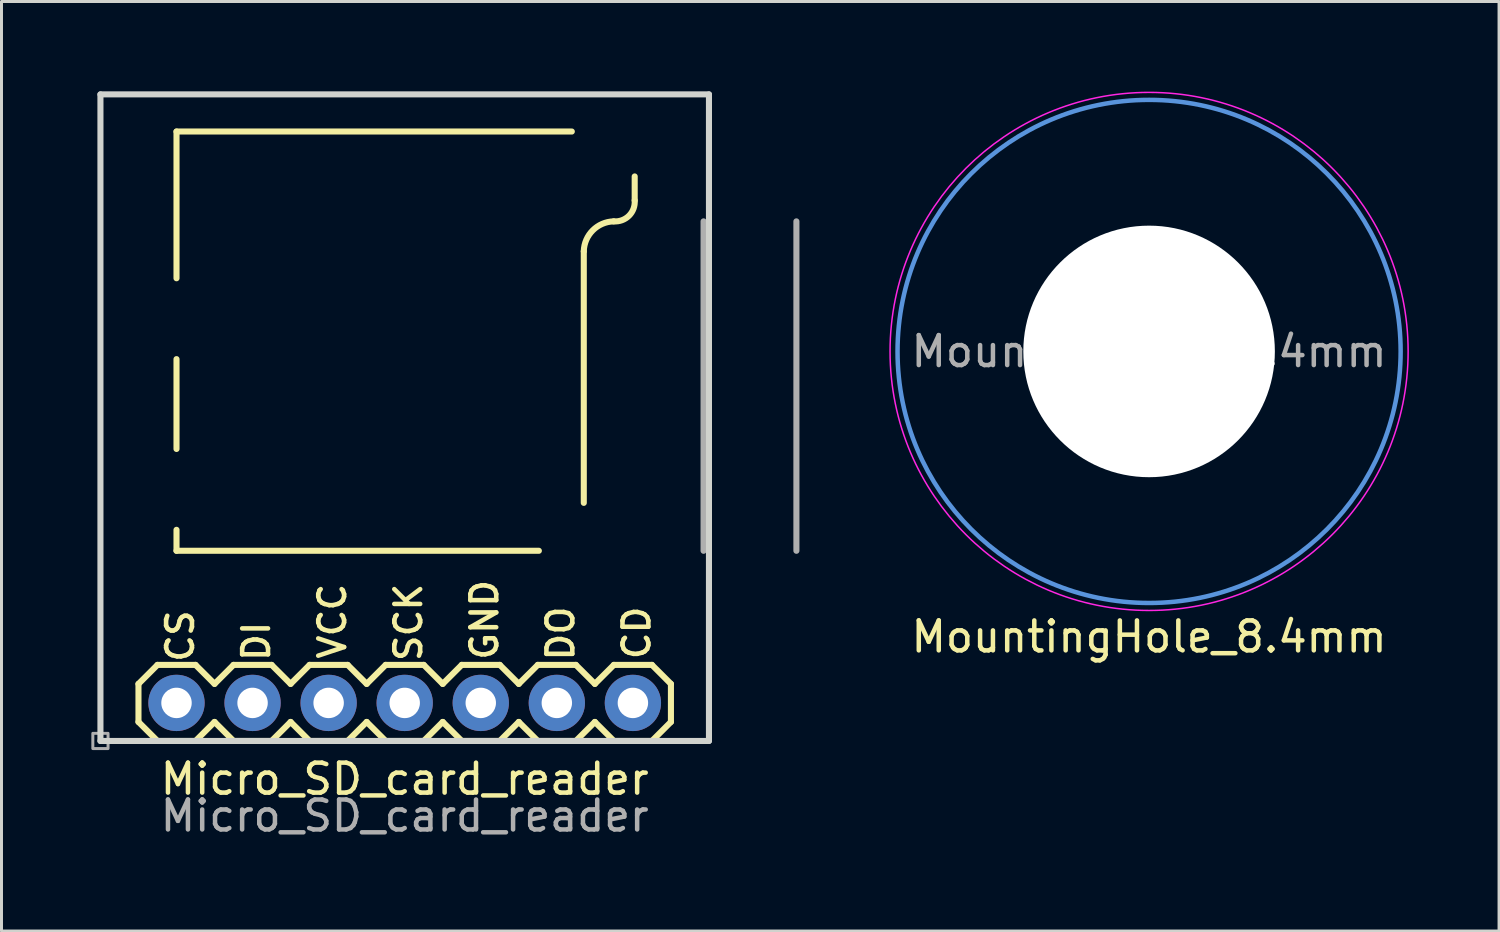
<source format=kicad_pcb>
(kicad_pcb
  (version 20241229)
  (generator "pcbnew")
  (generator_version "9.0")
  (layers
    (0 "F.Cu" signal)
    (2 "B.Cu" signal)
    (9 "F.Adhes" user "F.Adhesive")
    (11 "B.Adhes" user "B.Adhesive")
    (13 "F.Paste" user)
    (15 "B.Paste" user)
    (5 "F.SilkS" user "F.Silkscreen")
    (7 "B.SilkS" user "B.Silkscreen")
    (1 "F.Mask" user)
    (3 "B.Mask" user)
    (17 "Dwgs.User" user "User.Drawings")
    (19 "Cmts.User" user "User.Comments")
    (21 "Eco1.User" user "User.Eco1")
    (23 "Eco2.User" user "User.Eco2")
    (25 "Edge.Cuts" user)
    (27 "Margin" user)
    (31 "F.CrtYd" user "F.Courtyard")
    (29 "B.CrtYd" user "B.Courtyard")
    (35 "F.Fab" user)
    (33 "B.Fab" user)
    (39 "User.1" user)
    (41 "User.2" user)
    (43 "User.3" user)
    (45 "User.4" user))
  (footprint "MountingHole_8.4mm"
    (layer "F.Cu")
    (at 35.321 8.56)
    (property "Reference" "MountingHole_8.4mm" (at 0 9.652 0) (unlocked yes) (layer "F.SilkS") (effects (font (size 1 1) (thickness 0.15))))
    (attr through_hole)
    (fp_circle (center 0 0.125) (end 8.4 0.125) (stroke (width 0.15) (type solid)) (fill no) (layer "Cmts.User"))
    (fp_circle (center 0 0.125) (end 8.65 0.125) (stroke (width 0.05) (type solid)) (fill no) (layer "F.CrtYd"))
    (fp_text user "${REFERENCE}" (at 0 0.125 0) (layer "F.Fab") (effects (font (size 1 1) (thickness 0.15))))
    (pad "" np_thru_hole circle (at 0 0.125) (size 8.4 8.4) (drill 8.4) (layers "*.Cu" "*.Mask"))
    (zone (net_name "") (layers "F.Cu" "B.Cu") (hatch edge 0.508) (connect_pads) (min_thickness 0.254) (filled_areas_thickness no) (keepout (tracks allowed) (vias allowed) (pads allowed) (copperpour not_allowed) (footprints allowed)) (placement (enabled no)) (fill) (polygon (pts (xy 36.057 0.025) (xy 36.692 0.102) (xy 37.657 0.33) (xy 38.343 0.559) (xy 39.054 0.838) (xy 39.943 1.321) (xy 40.502 1.727) (xy 41.163 2.286) (xy 41.823 2.946) (xy 42.483 3.734) (xy 43.195 4.953) (xy 43.499 5.817) (xy 43.779 6.655) (xy 43.931 7.518) (xy 44.007 8.661) (xy 43.957 9.525) (xy 43.779 10.592) (xy 43.499 11.557) (xy 42.89 12.878) (xy 42.255 13.868) (xy 41.594 14.681) (xy 40.832 15.316) (xy 39.994 15.951) (xy 38.699 16.662) (xy 37.581 17.043) (xy 36.387 17.272) (xy 35.346 17.348) (xy 34.533 17.297) (xy 33.416 17.12) (xy 31.612 16.459) (xy 30.571 15.9) (xy 29.631 15.164) (xy 29.021 14.58) (xy 28.082 13.386) (xy 27.624 12.548) (xy 27.167 11.481) (xy 26.964 10.77) (xy 26.812 10.109) (xy 26.71 9.093) (xy 26.685 8.255) (xy 26.812 7.214) (xy 27.193 5.74) (xy 27.574 4.902) (xy 28.031 4.039) (xy 28.666 3.2) (xy 29.606 2.235) (xy 30.393 1.6) (xy 31.485 0.914) (xy 32.171 0.61) (xy 32.908 0.356) (xy 33.619 0.178) (xy 34.432 0.051) (xy 35.346 0) (xy 35.371 0))))
    (zone (net_name "") (layer "B.Cu") (hatch edge 0.508) (connect_pads) (min_thickness 0.254) (filled_areas_thickness no) (keepout (tracks allowed) (vias allowed) (pads allowed) (copperpour not_allowed) (footprints allowed)) (placement (enabled no)) (fill) (polygon (pts (xy 36.057 0.025) (xy 36.692 0.102) (xy 37.657 0.33) (xy 38.343 0.559) (xy 39.054 0.838) (xy 39.943 1.321) (xy 40.502 1.727) (xy 41.163 2.286) (xy 41.823 2.946) (xy 42.483 3.734) (xy 43.195 4.953) (xy 43.499 5.817) (xy 43.779 6.655) (xy 43.931 7.518) (xy 44.007 8.661) (xy 43.957 9.525) (xy 43.779 10.592) (xy 43.499 11.557) (xy 42.89 12.878) (xy 42.255 13.868) (xy 41.594 14.681) (xy 40.832 15.316) (xy 39.994 15.951) (xy 38.699 16.662) (xy 37.581 17.043) (xy 36.387 17.272) (xy 35.346 17.348) (xy 34.533 17.297) (xy 33.416 17.12) (xy 31.612 16.459) (xy 30.571 15.9) (xy 29.631 15.164) (xy 29.021 14.58) (xy 28.082 13.386) (xy 27.624 12.548) (xy 27.167 11.481) (xy 26.964 10.77) (xy 26.812 10.109) (xy 26.71 9.093) (xy 26.685 8.255) (xy 26.812 7.214) (xy 27.193 5.74) (xy 27.574 4.902) (xy 28.031 4.039) (xy 28.666 3.2) (xy 29.606 2.235) (xy 30.393 1.6) (xy 31.485 0.914) (xy 32.171 0.61) (xy 32.908 0.356) (xy 33.619 0.178) (xy 34.432 0.051) (xy 35.346 0) (xy 35.371 0)))))
  (footprint "Micro_SD_card_reader"
    (layer "F.Cu")
    (at 10.464 21.692)
    (property "Reference" "Micro_SD_card_reader" (at 0 1.27 0) (unlocked yes) (layer "F.SilkS") (effects (font (size 1 1) (thickness 0.15))))
    (attr through_hole)
    (fp_line (start -8.89 -1.905) (end -8.89 -0.635) (stroke (width 0.203) (type solid)) (layer "F.SilkS"))
    (fp_line (start -8.89 -0.635) (end -8.255 0) (stroke (width 0.203) (type solid)) (layer "F.SilkS"))
    (fp_line (start -8.255 -2.54) (end -8.89 -1.905) (stroke (width 0.203) (type solid)) (layer "F.SilkS"))
    (fp_line (start -8.255 -2.54) (end -6.985 -2.54) (stroke (width 0.203) (type solid)) (layer "F.SilkS"))
    (fp_line (start -7.62 -20.35) (end -7.62 -15.45) (stroke (width 0.203) (type solid)) (layer "F.SilkS"))
    (fp_line (start -7.62 -20.35) (end 5.58 -20.35) (stroke (width 0.203) (type solid)) (layer "F.SilkS"))
    (fp_line (start -7.62 -9.75) (end -7.62 -12.75) (stroke (width 0.203) (type solid)) (layer "F.SilkS"))
    (fp_line (start -7.62 -6.35) (end -7.62 -7.05) (stroke (width 0.203) (type solid)) (layer "F.SilkS"))
    (fp_line (start -6.985 -2.54) (end -6.35 -1.905) (stroke (width 0.203) (type solid)) (layer "F.SilkS"))
    (fp_line (start -6.985 0) (end -8.255 0) (stroke (width 0.203) (type solid)) (layer "F.SilkS"))
    (fp_line (start -6.35 -1.905) (end -5.715 -2.54) (stroke (width 0.203) (type solid)) (layer "F.SilkS"))
    (fp_line (start -6.35 -0.635) (end -6.985 0) (stroke (width 0.203) (type solid)) (layer "F.SilkS"))
    (fp_line (start -5.715 -2.54) (end -4.445 -2.54) (stroke (width 0.203) (type solid)) (layer "F.SilkS"))
    (fp_line (start -5.715 0) (end -6.35 -0.635) (stroke (width 0.203) (type solid)) (layer "F.SilkS"))
    (fp_line (start -4.445 -2.54) (end -3.81 -1.905) (stroke (width 0.203) (type solid)) (layer "F.SilkS"))
    (fp_line (start -4.445 0) (end -5.715 0) (stroke (width 0.203) (type solid)) (layer "F.SilkS"))
    (fp_line (start -3.81 -1.905) (end -3.175 -2.54) (stroke (width 0.203) (type solid)) (layer "F.SilkS"))
    (fp_line (start -3.81 -0.635) (end -4.445 0) (stroke (width 0.203) (type solid)) (layer "F.SilkS"))
    (fp_line (start -3.175 -2.54) (end -1.905 -2.54) (stroke (width 0.203) (type solid)) (layer "F.SilkS"))
    (fp_line (start -3.175 0) (end -3.81 -0.635) (stroke (width 0.203) (type solid)) (layer "F.SilkS"))
    (fp_line (start -1.905 -2.54) (end -1.27 -1.905) (stroke (width 0.203) (type solid)) (layer "F.SilkS"))
    (fp_line (start -1.905 0) (end -3.175 0) (stroke (width 0.203) (type solid)) (layer "F.SilkS"))
    (fp_line (start -1.27 -0.635) (end -1.905 0) (stroke (width 0.203) (type solid)) (layer "F.SilkS"))
    (fp_line (start -1.27 -0.635) (end -0.635 0) (stroke (width 0.203) (type solid)) (layer "F.SilkS"))
    (fp_line (start -0.635 -2.54) (end -1.27 -1.905) (stroke (width 0.203) (type solid)) (layer "F.SilkS"))
    (fp_line (start -0.635 -2.54) (end 0.635 -2.54) (stroke (width 0.203) (type solid)) (layer "F.SilkS"))
    (fp_line (start 0.635 -2.54) (end 1.27 -1.905) (stroke (width 0.203) (type solid)) (layer "F.SilkS"))
    (fp_line (start 0.635 0) (end -0.635 0) (stroke (width 0.203) (type solid)) (layer "F.SilkS"))
    (fp_line (start 1.27 -1.905) (end 1.905 -2.54) (stroke (width 0.203) (type solid)) (layer "F.SilkS"))
    (fp_line (start 1.27 -0.635) (end 0.635 0) (stroke (width 0.203) (type solid)) (layer "F.SilkS"))
    (fp_line (start 1.905 -2.54) (end 3.175 -2.54) (stroke (width 0.203) (type solid)) (layer "F.SilkS"))
    (fp_line (start 1.905 0) (end 1.27 -0.635) (stroke (width 0.203) (type solid)) (layer "F.SilkS"))
    (fp_line (start 3.175 -2.54) (end 3.81 -1.905) (stroke (width 0.203) (type solid)) (layer "F.SilkS"))
    (fp_line (start 3.175 0) (end 1.905 0) (stroke (width 0.203) (type solid)) (layer "F.SilkS"))
    (fp_line (start 3.81 -1.905) (end 4.445 -2.54) (stroke (width 0.203) (type solid)) (layer "F.SilkS"))
    (fp_line (start 3.81 -0.635) (end 3.175 0) (stroke (width 0.203) (type solid)) (layer "F.SilkS"))
    (fp_line (start 4.445 -2.54) (end 5.715 -2.54) (stroke (width 0.203) (type solid)) (layer "F.SilkS"))
    (fp_line (start 4.445 0) (end 3.81 -0.635) (stroke (width 0.203) (type solid)) (layer "F.SilkS"))
    (fp_line (start 4.48 -6.35) (end -7.62 -6.35) (stroke (width 0.203) (type solid)) (layer "F.SilkS"))
    (fp_line (start 5.715 -2.54) (end 6.35 -1.905) (stroke (width 0.203) (type solid)) (layer "F.SilkS"))
    (fp_line (start 5.715 0) (end 4.445 0) (stroke (width 0.203) (type solid)) (layer "F.SilkS"))
    (fp_line (start 5.98 -16.35) (end 5.98 -7.95) (stroke (width 0.203) (type solid)) (layer "F.SilkS"))
    (fp_line (start 6.35 -0.635) (end 5.715 0) (stroke (width 0.203) (type solid)) (layer "F.SilkS"))
    (fp_line (start 6.35 -0.635) (end 6.985 0) (stroke (width 0.203) (type solid)) (layer "F.SilkS"))
    (fp_line (start 6.985 -2.54) (end 6.35 -1.905) (stroke (width 0.203) (type solid)) (layer "F.SilkS"))
    (fp_line (start 6.985 -2.54) (end 8.255 -2.54) (stroke (width 0.203) (type solid)) (layer "F.SilkS"))
    (fp_line (start 7.68 -18.05) (end 7.68 -18.85) (stroke (width 0.203) (type solid)) (layer "F.SilkS"))
    (fp_line (start 8.255 -2.54) (end 8.89 -1.905) (stroke (width 0.203) (type solid)) (layer "F.SilkS"))
    (fp_line (start 8.255 0) (end 6.985 0) (stroke (width 0.203) (type solid)) (layer "F.SilkS"))
    (fp_line (start 8.89 -1.905) (end 8.89 -0.635) (stroke (width 0.203) (type solid)) (layer "F.SilkS"))
    (fp_line (start 8.89 -0.635) (end 8.255 0) (stroke (width 0.203) (type solid)) (layer "F.SilkS"))
    (fp_arc (start 5.979999 -16.350001) (mid 6.28 -17.050001) (end 6.98 -17.35) (stroke (width 0.2032) (type solid)) (layer "F.SilkS"))
    (fp_arc (start 7.679999 -18.049999) (mid 7.490977 -17.539022) (end 6.98 -17.35) (stroke (width 0.2032) (type solid)) (layer "F.SilkS"))
    (fp_line (start -10.16 -21.59) (end -10.16 0) (stroke (width 0.203) (type solid)) (layer "Edge.Cuts"))
    (fp_line (start -10.16 0) (end 10.16 0) (stroke (width 0.203) (type solid)) (layer "Edge.Cuts"))
    (fp_line (start 10.16 -21.59) (end -10.16 -21.59) (stroke (width 0.203) (type solid)) (layer "Edge.Cuts"))
    (fp_line (start 10.16 0) (end 10.16 -21.59) (stroke (width 0.203) (type solid)) (layer "Edge.Cuts"))
    (fp_line (start 9.98 -6.35) (end 9.98 -17.35) (stroke (width 0.203) (type solid)) (layer "F.Fab"))
    (fp_line (start 13.08 -6.35) (end 13.08 -17.35) (stroke (width 0.203) (type solid)) (layer "F.Fab"))
    (fp_poly (pts (xy -10.414 -0.254) (xy -10.414 0.254) (xy -9.906 0.254) (xy -9.906 -0.254)) (stroke (width 0.1) (type solid)) (fill no) (layer "F.Fab"))
    (fp_text user "SCK" (at -0.381 -5.334 90) (layer "F.SilkS") (effects (font (size 0.864 0.864) (thickness 0.152)) (justify right top)))
    (fp_text user "DI" (at -5.461 -4.064 90) (layer "F.SilkS") (effects (font (size 0.864 0.864) (thickness 0.152)) (justify right top)))
    (fp_text user "DO" (at 4.699 -4.572 90) (layer "F.SilkS") (effects (font (size 0.864 0.864) (thickness 0.152)) (justify right top)))
    (fp_text user "CD" (at 7.239 -4.572 90) (layer "F.SilkS") (effects (font (size 0.864 0.864) (thickness 0.152)) (justify right top)))
    (fp_text user "VCC" (at -2.921 -5.334 90) (layer "F.SilkS") (effects (font (size 0.864 0.864) (thickness 0.152)) (justify right top)))
    (fp_text user "GND" (at 2.159 -5.461 90) (layer "F.SilkS") (effects (font (size 0.864 0.864) (thickness 0.152)) (justify right top)))
    (fp_text user "CS" (at -8.001 -4.445 90) (layer "F.SilkS") (effects (font (size 0.864 0.864) (thickness 0.152)) (justify right top)))
    (fp_text user "${REFERENCE}" (at 0 2.5 0) (unlocked yes) (layer "F.Fab") (effects (font (size 1 1) (thickness 0.15))))
    (pad "1" thru_hole circle (at -7.62 -1.27 90) (size 1.88 1.88) (drill 1.016) (layers "*.Cu" "*.Mask"))
    (pad "2" thru_hole circle (at -5.08 -1.27 90) (size 1.88 1.88) (drill 1.016) (layers "*.Cu" "*.Mask"))
    (pad "3" thru_hole circle (at -2.54 -1.27 90) (size 1.88 1.88) (drill 1.016) (layers "*.Cu" "*.Mask"))
    (pad "4" thru_hole circle (at 0 -1.27 90) (size 1.88 1.88) (drill 1.016) (layers "*.Cu" "*.Mask"))
    (pad "5" thru_hole circle (at 2.54 -1.27 90) (size 1.88 1.88) (drill 1.016) (layers "*.Cu" "*.Mask"))
    (pad "6" thru_hole circle (at 5.08 -1.27 90) (size 1.88 1.88) (drill 1.016) (layers "*.Cu" "*.Mask"))
    (pad "7" thru_hole circle (at 7.62 -1.27 90) (size 1.88 1.88) (drill 1.016) (layers "*.Cu" "*.Mask")))
  (gr_rect
    (start -3 -3)
    (end 47.007 28.04)
    (stroke (width 0.1) (type default))
    (fill no)
    (layer "Edge.Cuts")))
</source>
